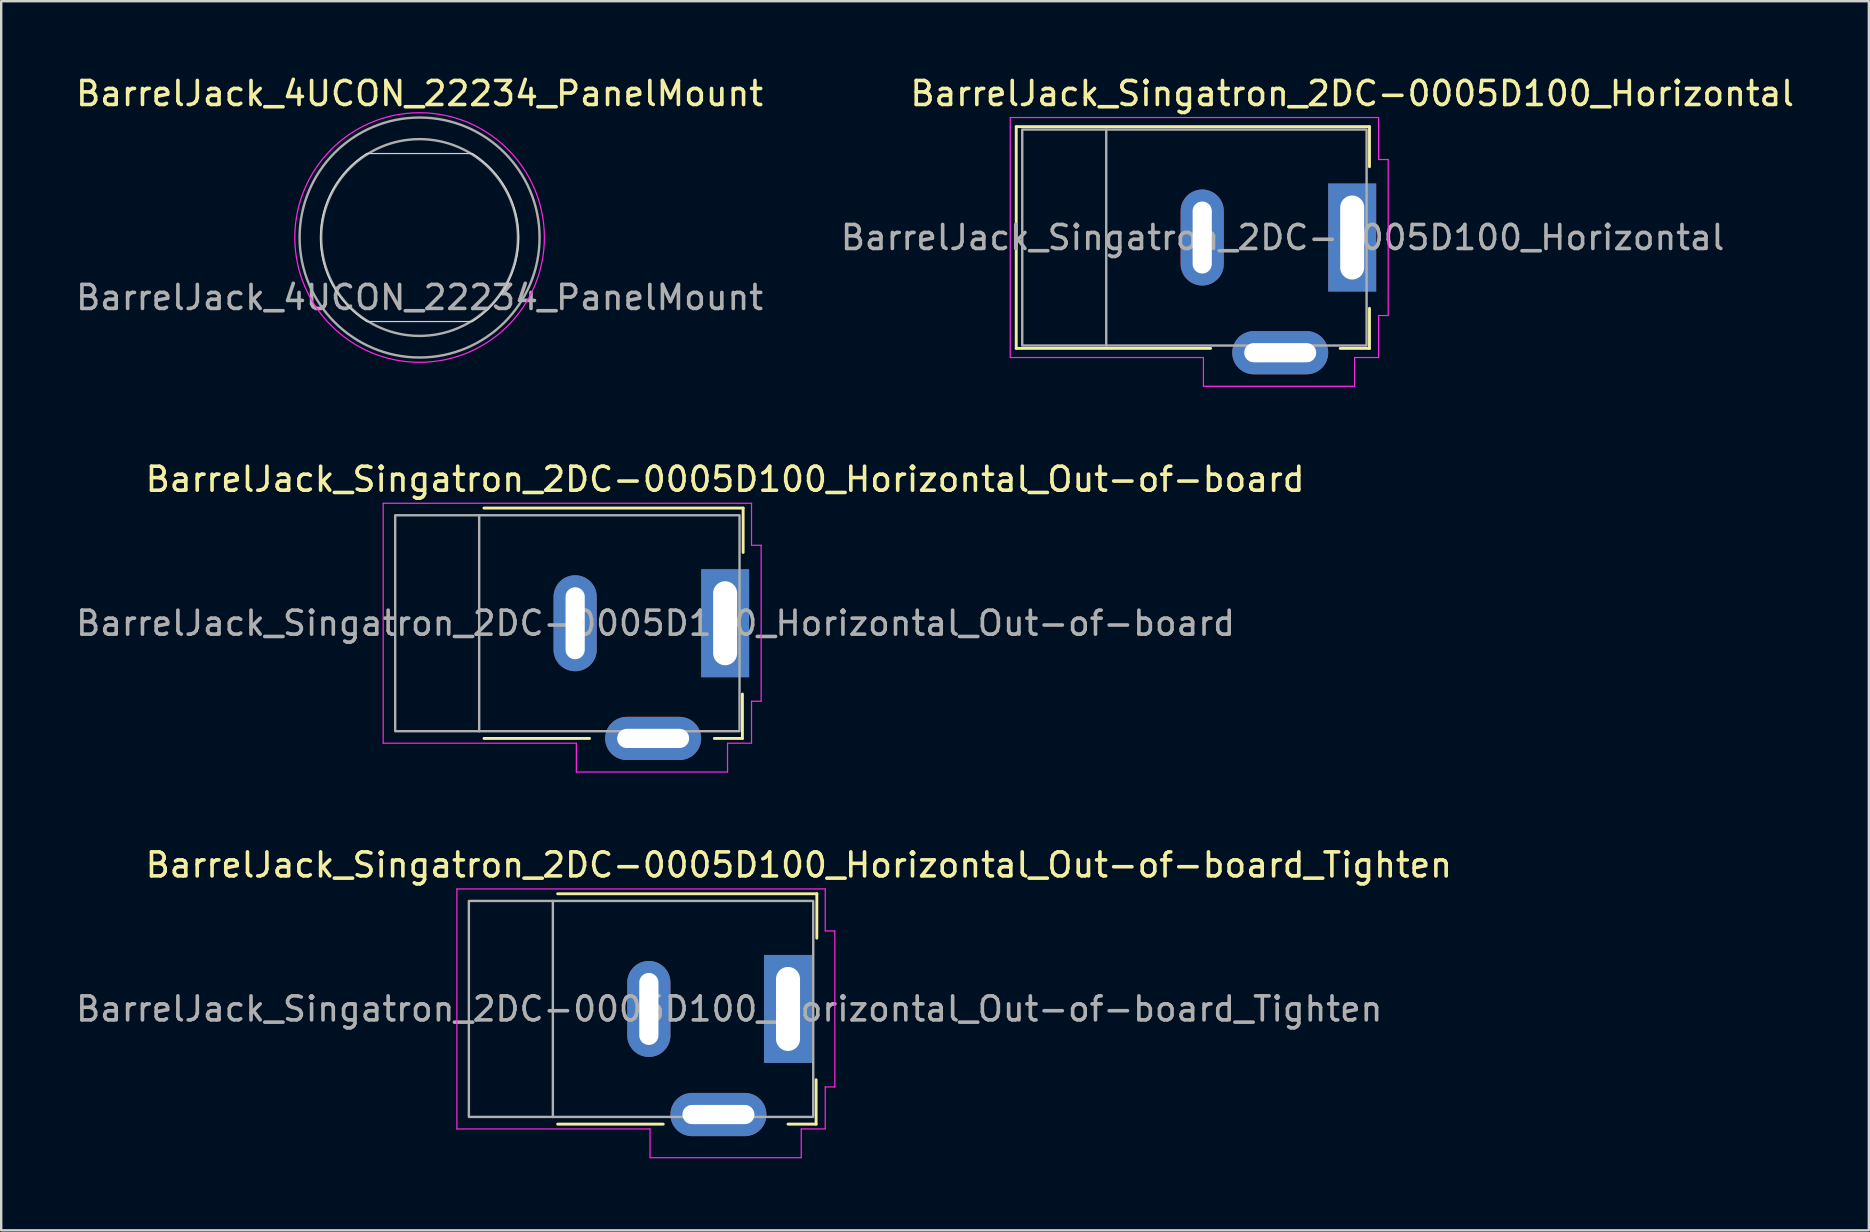
<source format=kicad_pcb>
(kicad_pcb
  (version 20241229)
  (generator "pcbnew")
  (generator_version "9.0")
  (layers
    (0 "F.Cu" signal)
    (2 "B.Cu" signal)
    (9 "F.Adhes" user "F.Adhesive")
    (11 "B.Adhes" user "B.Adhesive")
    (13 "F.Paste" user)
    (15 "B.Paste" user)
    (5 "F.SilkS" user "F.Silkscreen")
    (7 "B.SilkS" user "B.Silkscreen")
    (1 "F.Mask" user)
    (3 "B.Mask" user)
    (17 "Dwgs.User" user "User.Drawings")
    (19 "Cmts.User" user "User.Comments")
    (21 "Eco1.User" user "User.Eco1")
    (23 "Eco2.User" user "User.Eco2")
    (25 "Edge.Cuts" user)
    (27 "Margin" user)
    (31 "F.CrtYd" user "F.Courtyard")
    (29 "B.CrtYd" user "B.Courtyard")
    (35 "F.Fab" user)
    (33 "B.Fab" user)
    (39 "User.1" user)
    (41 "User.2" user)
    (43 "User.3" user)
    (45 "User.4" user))
  (footprint "BarrelJack_Singatron_2DC-0005D100_Horizontal_Out-of-board_Tighten"
    (layer "F.Cu")
    (at 19.989 38.995)
    (property "Reference" "BarrelJack_Singatron_2DC-0005D100_Horizontal_Out-of-board_Tighten" (at 10.25 -6 0) (unlocked yes) (layer "F.SilkS") (effects (font (size 1 1) (thickness 0.15))))
    (attr through_hole)
    (fp_line (start 0.2 4.8) (end 4.6 4.8) (stroke (width 0.12) (type solid)) (layer "F.SilkS"))
    (fp_line (start 9.8 4.8) (end 10.97 4.8) (stroke (width 0.12) (type solid)) (layer "F.SilkS"))
    (fp_line (start 10.97 4.8) (end 10.97 2.95) (stroke (width 0.12) (type solid)) (layer "F.SilkS"))
    (fp_line (start 11 -4.8) (end 0.2 -4.8) (stroke (width 0.12) (type solid)) (layer "F.SilkS"))
    (fp_line (start 11 -2.95) (end 11 -4.8) (stroke (width 0.12) (type solid)) (layer "F.SilkS"))
    (fp_line (start -4 -5) (end 11.35 -5) (stroke (width 0.05) (type solid)) (layer "F.CrtYd"))
    (fp_line (start -4 5) (end -4 -5) (stroke (width 0.05) (type solid)) (layer "F.CrtYd"))
    (fp_line (start 4.05 5) (end -4 5) (stroke (width 0.05) (type solid)) (layer "F.CrtYd"))
    (fp_line (start 4.05 6.2) (end 4.05 5) (stroke (width 0.05) (type solid)) (layer "F.CrtYd"))
    (fp_line (start 10.35 5) (end 10.35 6.2) (stroke (width 0.05) (type solid)) (layer "F.CrtYd"))
    (fp_line (start 10.35 6.2) (end 4.05 6.2) (stroke (width 0.05) (type solid)) (layer "F.CrtYd"))
    (fp_line (start 11.35 -5) (end 11.35 -3.25) (stroke (width 0.05) (type solid)) (layer "F.CrtYd"))
    (fp_line (start 11.35 -3.25) (end 11.75 -3.25) (stroke (width 0.05) (type solid)) (layer "F.CrtYd"))
    (fp_line (start 11.35 3.25) (end 11.35 5) (stroke (width 0.05) (type solid)) (layer "F.CrtYd"))
    (fp_line (start 11.35 5) (end 10.35 5) (stroke (width 0.05) (type solid)) (layer "F.CrtYd"))
    (fp_line (start 11.75 -3.25) (end 11.75 3.25) (stroke (width 0.05) (type solid)) (layer "F.CrtYd"))
    (fp_line (start 11.75 3.25) (end 11.35 3.25) (stroke (width 0.05) (type solid)) (layer "F.CrtYd"))
    (fp_line (start 0 -4.5) (end 0 4.5) (stroke (width 0.1) (type default)) (layer "F.Fab"))
    (fp_rect (start -3.5 -4.5) (end 10.85 4.5) (stroke (width 0.1) (type solid)) (fill no) (layer "F.Fab"))
    (fp_text user "${REFERENCE}" (at 7.35 0 0) (unlocked yes) (layer "F.Fab") (effects (font (size 1 1) (thickness 0.15))))
    (pad "1" thru_hole rect (at 9.8 0) (size 2 4.5) (drill oval 1 3.5) (layers "*.Cu" "*.Mask"))
    (pad "2" thru_hole oval (at 4 0) (size 1.8 4) (drill oval 0.8 3) (layers "*.Cu" "*.Mask"))
    (pad "3" thru_hole oval (at 6.9 4.4 90) (size 1.8 4) (drill oval 0.8 3) (layers "*.Cu" "*.Mask")))
  (footprint "BarrelJack_4UCON_22234_PanelMount"
    (layer "F.Cu")
    (at 14.435 6.848)
    (property "Reference" "BarrelJack_4UCON_22234_PanelMount" (at 0 -6 0) (unlocked yes) (layer "F.SilkS") (effects (font (size 1 1) (thickness 0.15))))
    (attr exclude_from_pos_files)
    (fp_line (start -2.2 -3.5) (end 2.2 -3.5) (stroke (width 0.05) (type default)) (layer "Edge.Cuts"))
    (fp_line (start 2.2 3.5) (end -2.2 3.5) (stroke (width 0.05) (type default)) (layer "Edge.Cuts"))
    (fp_arc (start -2.2 3.5) (mid -4.134005 0) (end -2.2 -3.5) (stroke (width 0.05) (type default)) (layer "Edge.Cuts"))
    (fp_arc (start 2.2 -3.5) (mid 4.134005 0) (end 2.2 3.5) (stroke (width 0.05) (type default)) (layer "Edge.Cuts"))
    (fp_circle (center 0 0) (end 5.2 0) (stroke (width 0.05) (type default)) (fill no) (layer "F.CrtYd"))
    (fp_circle (center 0 0) (end 4.1 0) (stroke (width 0.1) (type default)) (fill no) (layer "F.Fab"))
    (fp_circle (center 0 0) (end 5 0) (stroke (width 0.1) (type default)) (fill no) (layer "F.Fab"))
    (fp_text user "${REFERENCE}" (at 0 2.5 0) (unlocked yes) (layer "F.Fab") (effects (font (size 1 1) (thickness 0.15)))))
  (footprint "BarrelJack_Singatron_2DC-0005D100_Horizontal"
    (layer "F.Cu")
    (at 53.299 6.848)
    (property "Reference" "BarrelJack_Singatron_2DC-0005D100_Horizontal" (at 0 -6 0) (unlocked yes) (layer "F.SilkS") (effects (font (size 1 1) (thickness 0.15))))
    (attr through_hole)
    (fp_line (start -14 -4.62) (end -14 4.62) (stroke (width 0.12) (type solid)) (layer "F.SilkS"))
    (fp_line (start -14 4.62) (end -5.9 4.62) (stroke (width 0.12) (type solid)) (layer "F.SilkS"))
    (fp_line (start -0.5 4.62) (end 0.72 4.62) (stroke (width 0.12) (type solid)) (layer "F.SilkS"))
    (fp_line (start 0.72 -4.62) (end -14 -4.62) (stroke (width 0.12) (type solid)) (layer "F.SilkS"))
    (fp_line (start 0.72 -2.95) (end 0.72 -4.62) (stroke (width 0.12) (type solid)) (layer "F.SilkS"))
    (fp_line (start 0.72 4.62) (end 0.72 2.95) (stroke (width 0.12) (type solid)) (layer "F.SilkS"))
    (fp_line (start -14.25 -5) (end 1.1 -5) (stroke (width 0.05) (type solid)) (layer "F.CrtYd"))
    (fp_line (start -14.25 5) (end -14.25 -5) (stroke (width 0.05) (type solid)) (layer "F.CrtYd"))
    (fp_line (start -6.2 5) (end -14.25 5) (stroke (width 0.05) (type solid)) (layer "F.CrtYd"))
    (fp_line (start -6.2 6.2) (end -6.2 5) (stroke (width 0.05) (type solid)) (layer "F.CrtYd"))
    (fp_line (start 0.1 5) (end 0.1 6.2) (stroke (width 0.05) (type solid)) (layer "F.CrtYd"))
    (fp_line (start 0.1 6.2) (end -6.2 6.2) (stroke (width 0.05) (type solid)) (layer "F.CrtYd"))
    (fp_line (start 1.1 -5) (end 1.1 -3.25) (stroke (width 0.05) (type solid)) (layer "F.CrtYd"))
    (fp_line (start 1.1 -3.25) (end 1.5 -3.25) (stroke (width 0.05) (type solid)) (layer "F.CrtYd"))
    (fp_line (start 1.1 3.25) (end 1.1 5) (stroke (width 0.05) (type solid)) (layer "F.CrtYd"))
    (fp_line (start 1.1 5) (end 0.1 5) (stroke (width 0.05) (type solid)) (layer "F.CrtYd"))
    (fp_line (start 1.5 -3.25) (end 1.5 3.25) (stroke (width 0.05) (type solid)) (layer "F.CrtYd"))
    (fp_line (start 1.5 3.25) (end 1.1 3.25) (stroke (width 0.05) (type solid)) (layer "F.CrtYd"))
    (fp_line (start -10.25 -4.5) (end -10.25 4.5) (stroke (width 0.1) (type default)) (layer "F.Fab"))
    (fp_rect (start -13.75 -4.5) (end 0.6 4.5) (stroke (width 0.1) (type solid)) (fill no) (layer "F.Fab"))
    (fp_text user "${REFERENCE}" (at -2.9 0 0) (unlocked yes) (layer "F.Fab") (effects (font (size 1 1) (thickness 0.15))))
    (pad "1" thru_hole rect (at 0 0) (size 2 4.5) (drill oval 1 3.5) (layers "*.Cu" "*.Mask"))
    (pad "2" thru_hole oval (at -6.25 0) (size 1.8 4) (drill oval 0.8 3) (layers "*.Cu" "*.Mask"))
    (pad "3" thru_hole oval (at -3 4.8 90) (size 1.8 4) (drill oval 0.8 3) (layers "*.Cu" "*.Mask")))
  (footprint "BarrelJack_Singatron_2DC-0005D100_Horizontal_Out-of-board"
    (layer "F.Cu")
    (at 27.168 22.922)
    (property "Reference" "BarrelJack_Singatron_2DC-0005D100_Horizontal_Out-of-board" (at 0 -6 0) (unlocked yes) (layer "F.SilkS") (effects (font (size 1 1) (thickness 0.15))))
    (attr through_hole)
    (fp_line (start -10.05 4.8) (end -5.65 4.8) (stroke (width 0.12) (type solid)) (layer "F.SilkS"))
    (fp_line (start -0.45 4.8) (end 0.72 4.8) (stroke (width 0.12) (type solid)) (layer "F.SilkS"))
    (fp_line (start 0.72 4.8) (end 0.72 2.95) (stroke (width 0.12) (type solid)) (layer "F.SilkS"))
    (fp_line (start 0.75 -4.8) (end -10.05 -4.8) (stroke (width 0.12) (type solid)) (layer "F.SilkS"))
    (fp_line (start 0.75 -2.95) (end 0.75 -4.8) (stroke (width 0.12) (type solid)) (layer "F.SilkS"))
    (fp_line (start -14.25 -5) (end 1.1 -5) (stroke (width 0.05) (type solid)) (layer "F.CrtYd"))
    (fp_line (start -14.25 5) (end -14.25 -5) (stroke (width 0.05) (type solid)) (layer "F.CrtYd"))
    (fp_line (start -6.2 5) (end -14.25 5) (stroke (width 0.05) (type solid)) (layer "F.CrtYd"))
    (fp_line (start -6.2 6.2) (end -6.2 5) (stroke (width 0.05) (type solid)) (layer "F.CrtYd"))
    (fp_line (start 0.1 5) (end 0.1 6.2) (stroke (width 0.05) (type solid)) (layer "F.CrtYd"))
    (fp_line (start 0.1 6.2) (end -6.2 6.2) (stroke (width 0.05) (type solid)) (layer "F.CrtYd"))
    (fp_line (start 1.1 -5) (end 1.1 -3.25) (stroke (width 0.05) (type solid)) (layer "F.CrtYd"))
    (fp_line (start 1.1 -3.25) (end 1.5 -3.25) (stroke (width 0.05) (type solid)) (layer "F.CrtYd"))
    (fp_line (start 1.1 3.25) (end 1.1 5) (stroke (width 0.05) (type solid)) (layer "F.CrtYd"))
    (fp_line (start 1.1 5) (end 0.1 5) (stroke (width 0.05) (type solid)) (layer "F.CrtYd"))
    (fp_line (start 1.5 -3.25) (end 1.5 3.25) (stroke (width 0.05) (type solid)) (layer "F.CrtYd"))
    (fp_line (start 1.5 3.25) (end 1.1 3.25) (stroke (width 0.05) (type solid)) (layer "F.CrtYd"))
    (fp_line (start -10.25 -4.5) (end -10.25 4.5) (stroke (width 0.1) (type default)) (layer "F.Fab"))
    (fp_rect (start -13.75 -4.5) (end 0.6 4.5) (stroke (width 0.1) (type solid)) (fill no) (layer "F.Fab"))
    (fp_text user "${REFERENCE}" (at -2.9 0 0) (unlocked yes) (layer "F.Fab") (effects (font (size 1 1) (thickness 0.15))))
    (pad "1" thru_hole rect (at 0 0) (size 2 4.5) (drill oval 1 3.5) (layers "*.Cu" "*.Mask"))
    (pad "2" thru_hole oval (at -6.25 0) (size 1.8 4) (drill oval 0.8 3) (layers "*.Cu" "*.Mask"))
    (pad "3" thru_hole oval (at -3 4.8 90) (size 1.8 4) (drill oval 0.8 3) (layers "*.Cu" "*.Mask")))
  (gr_rect
    (start -3 -3)
    (end 74.829 48.22)
    (stroke (width 0.1) (type default))
    (fill no)
    (layer "Edge.Cuts")))
</source>
